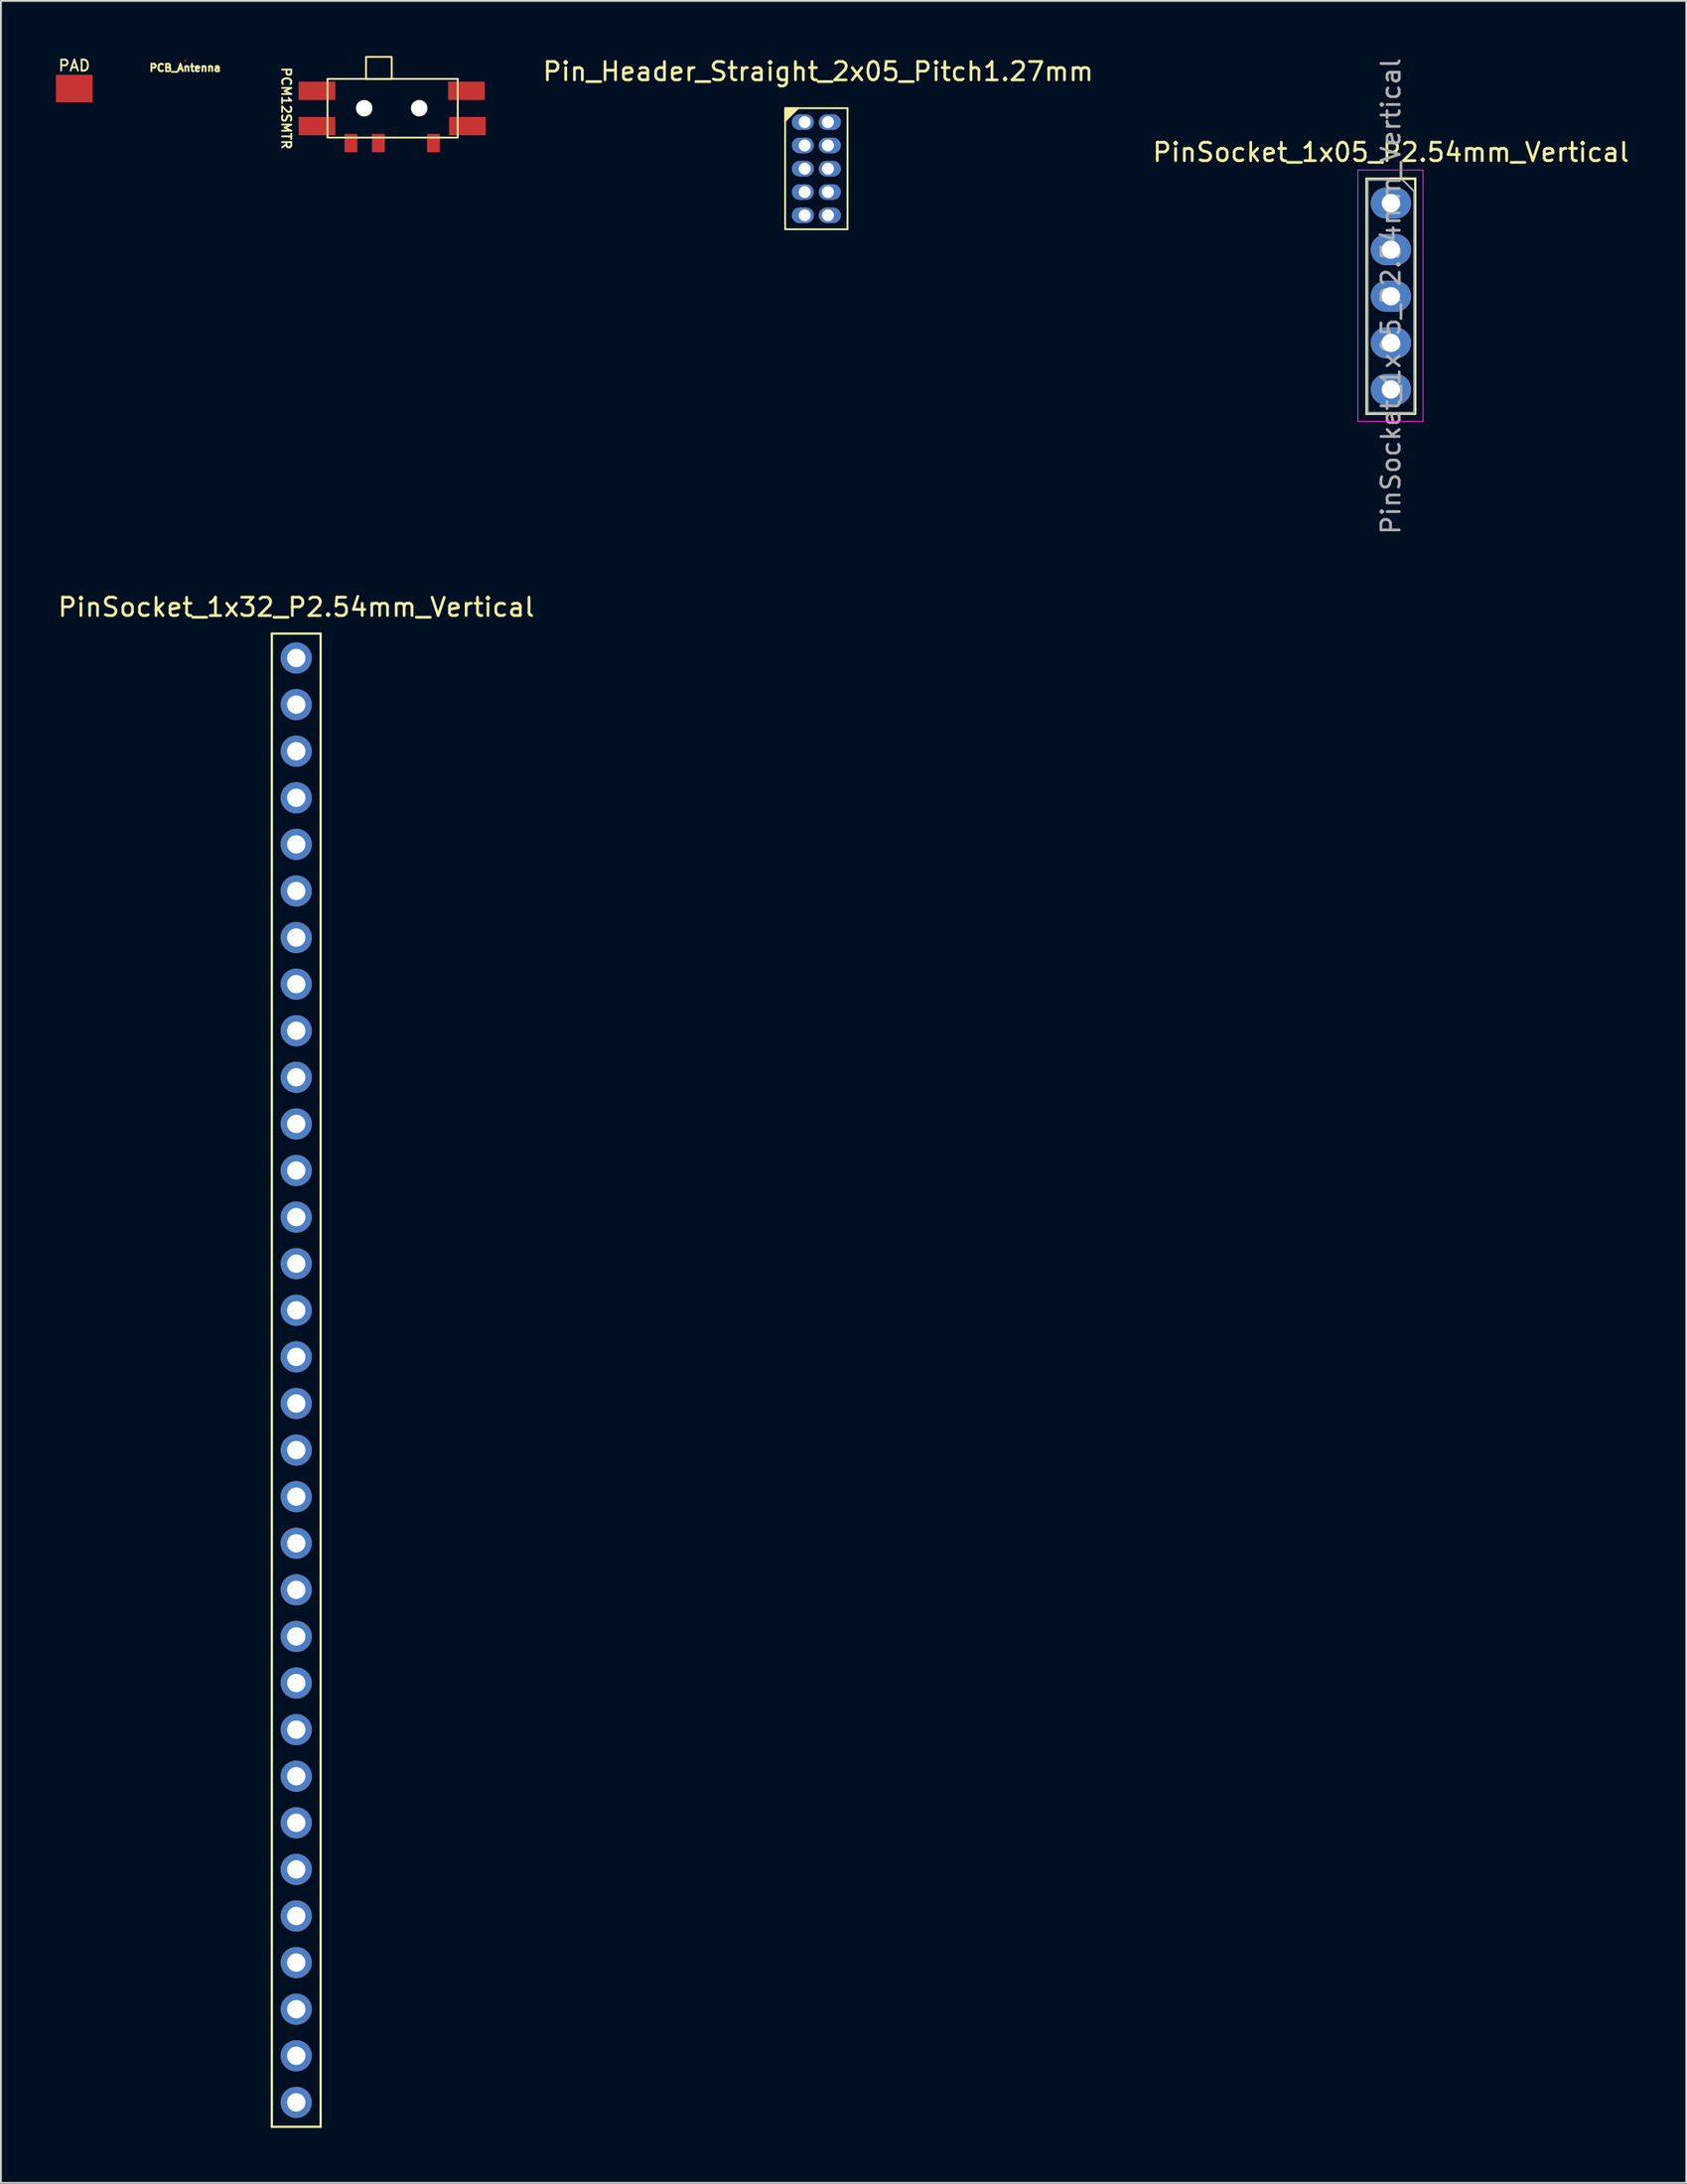
<source format=kicad_pcb>
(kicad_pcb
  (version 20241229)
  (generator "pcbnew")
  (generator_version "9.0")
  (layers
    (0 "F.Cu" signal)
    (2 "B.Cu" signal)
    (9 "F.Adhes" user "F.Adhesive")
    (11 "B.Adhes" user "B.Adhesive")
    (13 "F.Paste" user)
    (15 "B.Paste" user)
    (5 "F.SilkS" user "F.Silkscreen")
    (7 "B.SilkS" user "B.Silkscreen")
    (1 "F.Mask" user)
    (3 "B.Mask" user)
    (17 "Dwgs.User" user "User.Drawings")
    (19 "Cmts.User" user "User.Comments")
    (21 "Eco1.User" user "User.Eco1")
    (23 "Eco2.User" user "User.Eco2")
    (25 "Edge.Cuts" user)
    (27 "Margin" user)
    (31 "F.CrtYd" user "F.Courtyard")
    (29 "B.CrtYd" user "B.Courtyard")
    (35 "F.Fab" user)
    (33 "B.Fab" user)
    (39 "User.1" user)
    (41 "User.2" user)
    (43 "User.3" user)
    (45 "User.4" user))
  (footprint "PCM12SMTR"
    (layer "F.Cu")
    (at 18.305 2.85)
    (property "Reference" "PCM12SMTR" (at -5.75 0 270) (unlocked yes) (layer "F.SilkS") (effects (font (size 0.5 0.5) (thickness 0.1))))
    (attr smd)
    (fp_rect (start -3.5 -1.6) (end 3.6 1.6) (stroke (width 0.1) (type solid)) (fill no) (layer "F.SilkS"))
    (fp_rect (start -1.4 -1.6) (end 0 -2.8) (stroke (width 0.1) (type solid)) (fill no) (layer "F.SilkS"))
    (pad "" np_thru_hole circle (at -1.5 0) (size 0.9 0.9) (drill 0.9) (layers "*.Cu" "*.Mask"))
    (pad "" np_thru_hole circle (at 1.5 0) (size 0.9 0.9) (drill 0.9) (layers "*.Cu" "*.Mask"))
    (pad "1" smd rect (at 2.275 1.9 180) (size 0.7 1) (layers "F.Cu" "F.Mask" "F.Paste"))
    (pad "2" smd rect (at -0.725 1.9 180) (size 0.7 1) (layers "F.Cu" "F.Mask" "F.Paste"))
    (pad "3" smd rect (at -2.225 1.9 180) (size 0.7 1) (layers "F.Cu" "F.Mask" "F.Paste"))
    (pad "SH" smd rect (at -4.075 -0.95 270) (size 1 2) (layers "F.Cu" "F.Mask" "F.Paste"))
    (pad "SH" smd rect (at -4.075 0.975 270) (size 1 2) (layers "F.Cu" "F.Mask" "F.Paste"))
    (pad "SH" smd rect (at 4.075 -0.95 270) (size 1 2) (layers "F.Cu" "F.Mask" "F.Paste"))
    (pad "SH" smd rect (at 4.125 0.975 270) (size 1 2) (layers "F.Cu" "F.Mask" "F.Paste")))
  (footprint "PinSocket_1x05_P2.54mm_Vertical"
    (layer "F.Cu")
    (at 72.781 8.021)
    (property "Reference" "PinSocket_1x05_P2.54mm_Vertical" (at 0 -2.77 0) (layer "F.SilkS") (effects (font (size 1 1) (thickness 0.15))))
    (attr through_hole)
    (fp_line (start -1.33 -1.33) (end -1.33 11.49) (stroke (width 0.12) (type solid)) (layer "F.SilkS"))
    (fp_line (start -1.33 -1.33) (end 1.33 -1.33) (stroke (width 0.12) (type solid)) (layer "F.SilkS"))
    (fp_line (start -1.33 11.49) (end 1.33 11.49) (stroke (width 0.12) (type solid)) (layer "F.SilkS"))
    (fp_line (start 0 -1.33) (end 1.33 -1.33) (stroke (width 0.12) (type solid)) (layer "F.SilkS"))
    (fp_line (start 1.33 -1.33) (end 1.33 0) (stroke (width 0.12) (type solid)) (layer "F.SilkS"))
    (fp_line (start 1.33 -1.33) (end 1.33 11.49) (stroke (width 0.12) (type solid)) (layer "F.SilkS"))
    (fp_line (start -1.8 -1.8) (end 1.75 -1.8) (stroke (width 0.05) (type solid)) (layer "F.CrtYd"))
    (fp_line (start -1.8 11.9) (end -1.8 -1.8) (stroke (width 0.05) (type solid)) (layer "F.CrtYd"))
    (fp_line (start 1.75 -1.8) (end 1.75 11.9) (stroke (width 0.05) (type solid)) (layer "F.CrtYd"))
    (fp_line (start 1.75 11.9) (end -1.8 11.9) (stroke (width 0.05) (type solid)) (layer "F.CrtYd"))
    (fp_line (start -1.27 -1.27) (end 0.635 -1.27) (stroke (width 0.1) (type solid)) (layer "F.Fab"))
    (fp_line (start -1.27 11.43) (end -1.27 -1.27) (stroke (width 0.1) (type solid)) (layer "F.Fab"))
    (fp_line (start 0.635 -1.27) (end 1.27 -0.635) (stroke (width 0.1) (type solid)) (layer "F.Fab"))
    (fp_line (start 1.27 -0.635) (end 1.27 11.43) (stroke (width 0.1) (type solid)) (layer "F.Fab"))
    (fp_line (start 1.27 11.43) (end -1.27 11.43) (stroke (width 0.1) (type solid)) (layer "F.Fab"))
    (fp_text user "${REFERENCE}" (at 0 5.08 90) (layer "F.Fab") (effects (font (size 1 1) (thickness 0.15))))
    (pad "1" thru_hole oval (at 0 0) (size 2.2 1.7) (drill 1) (layers "*.Cu" "*.Mask"))
    (pad "2" thru_hole oval (at 0 2.54) (size 2.2 1.7) (drill 1) (layers "*.Cu" "*.Mask"))
    (pad "3" thru_hole oval (at 0 5.08) (size 2.2 1.7) (drill 1) (layers "*.Cu" "*.Mask"))
    (pad "4" thru_hole oval (at 0 7.62) (size 2.2 1.7) (drill 1) (layers "*.Cu" "*.Mask"))
    (pad "5" thru_hole oval (at 0 10.16) (size 2.2 1.7) (drill 1) (layers "*.Cu" "*.Mask")))
  (footprint "PinSocket_1x32_P2.54mm_Vertical"
    (layer "F.Cu")
    (at 13.101 72.191)
    (property "Reference" "PinSocket_1x32_P2.54mm_Vertical" (at 0 -42.14 180) (layer "F.SilkS") (effects (font (size 1 1) (thickness 0.15))))
    (attr through_hole)
    (fp_line (start -1.33 -40.7) (end -1.33 40.7) (stroke (width 0.12) (type solid)) (layer "F.SilkS"))
    (fp_line (start -1.33 -40.7) (end 1.33 -40.7) (stroke (width 0.12) (type solid)) (layer "F.SilkS"))
    (fp_line (start -1.33 40.7) (end 1.33 40.7) (stroke (width 0.12) (type solid)) (layer "F.SilkS"))
    (fp_line (start 1.33 -40.7) (end 1.33 40.7) (stroke (width 0.12) (type solid)) (layer "F.SilkS"))
    (pad "1" thru_hole circle (at 0 -39.37) (size 1.7 1.7) (drill 1) (layers "*.Cu" "*.Mask"))
    (pad "2" thru_hole oval (at 0 -36.83) (size 1.7 1.7) (drill 1) (layers "*.Cu" "*.Mask"))
    (pad "3" thru_hole oval (at 0 -34.29) (size 1.7 1.7) (drill 1) (layers "*.Cu" "*.Mask"))
    (pad "4" thru_hole oval (at 0 -31.75) (size 1.7 1.7) (drill 1) (layers "*.Cu" "*.Mask"))
    (pad "5" thru_hole oval (at 0 -29.21) (size 1.7 1.7) (drill 1) (layers "*.Cu" "*.Mask"))
    (pad "6" thru_hole oval (at 0 -26.67) (size 1.7 1.7) (drill 1) (layers "*.Cu" "*.Mask"))
    (pad "7" thru_hole oval (at 0 -24.13) (size 1.7 1.7) (drill 1) (layers "*.Cu" "*.Mask"))
    (pad "8" thru_hole oval (at 0 -21.59) (size 1.7 1.7) (drill 1) (layers "*.Cu" "*.Mask"))
    (pad "9" thru_hole oval (at 0 -19.05) (size 1.7 1.7) (drill 1) (layers "*.Cu" "*.Mask"))
    (pad "10" thru_hole oval (at 0 -16.51) (size 1.7 1.7) (drill 1) (layers "*.Cu" "*.Mask"))
    (pad "11" thru_hole oval (at 0 -13.97) (size 1.7 1.7) (drill 1) (layers "*.Cu" "*.Mask"))
    (pad "12" thru_hole oval (at 0 -11.43) (size 1.7 1.7) (drill 1) (layers "*.Cu" "*.Mask"))
    (pad "13" thru_hole oval (at 0 -8.89) (size 1.7 1.7) (drill 1) (layers "*.Cu" "*.Mask"))
    (pad "14" thru_hole oval (at 0 -6.35) (size 1.7 1.7) (drill 1) (layers "*.Cu" "*.Mask"))
    (pad "15" thru_hole oval (at 0 -3.81) (size 1.7 1.7) (drill 1) (layers "*.Cu" "*.Mask"))
    (pad "16" thru_hole oval (at 0 -1.27) (size 1.7 1.7) (drill 1) (layers "*.Cu" "*.Mask"))
    (pad "17" thru_hole oval (at 0 1.27) (size 1.7 1.7) (drill 1) (layers "*.Cu" "*.Mask"))
    (pad "18" thru_hole oval (at 0 3.81) (size 1.7 1.7) (drill 1) (layers "*.Cu" "*.Mask"))
    (pad "19" thru_hole oval (at 0 6.35) (size 1.7 1.7) (drill 1) (layers "*.Cu" "*.Mask"))
    (pad "20" thru_hole oval (at 0 8.89) (size 1.7 1.7) (drill 1) (layers "*.Cu" "*.Mask"))
    (pad "21" thru_hole oval (at 0 11.43) (size 1.7 1.7) (drill 1) (layers "*.Cu" "*.Mask"))
    (pad "22" thru_hole oval (at 0 13.97) (size 1.7 1.7) (drill 1) (layers "*.Cu" "*.Mask"))
    (pad "23" thru_hole oval (at 0 16.51) (size 1.7 1.7) (drill 1) (layers "*.Cu" "*.Mask"))
    (pad "24" thru_hole oval (at 0 19.05) (size 1.7 1.7) (drill 1) (layers "*.Cu" "*.Mask"))
    (pad "25" thru_hole oval (at 0 21.59) (size 1.7 1.7) (drill 1) (layers "*.Cu" "*.Mask"))
    (pad "26" thru_hole oval (at 0 24.13) (size 1.7 1.7) (drill 1) (layers "*.Cu" "*.Mask"))
    (pad "27" thru_hole oval (at 0 26.67) (size 1.7 1.7) (drill 1) (layers "*.Cu" "*.Mask"))
    (pad "28" thru_hole oval (at 0 29.21) (size 1.7 1.7) (drill 1) (layers "*.Cu" "*.Mask"))
    (pad "29" thru_hole oval (at 0 31.75) (size 1.7 1.7) (drill 1) (layers "*.Cu" "*.Mask"))
    (pad "30" thru_hole oval (at 0 34.29) (size 1.7 1.7) (drill 1) (layers "*.Cu" "*.Mask"))
    (pad "31" thru_hole oval (at 0 36.83) (size 1.7 1.7) (drill 1) (layers "*.Cu" "*.Mask"))
    (pad "32" thru_hole oval (at 0 39.37) (size 1.7 1.7) (drill 1) (layers "*.Cu" "*.Mask")))
  (footprint "PAD"
    (layer "F.Cu")
    (at 1 1.776)
    (property "Reference" "PAD" (at 0 -1.25 0) (unlocked yes) (layer "F.SilkS") (effects (font (size 0.6 0.6) (thickness 0.1))))
    (attr exclude_from_pos_files exclude_from_bom)
    (pad "1" smd rect (at 0 0) (size 2 1.5) (layers "F.Cu" "F.Mask")))
  (footprint "PCB_Antenna"
    (layer "F.Cu")
    (at 7.043 0.25)
    (property "Reference" "PCB_Antenna" (at 0 0.4 180) (layer "F.SilkS") (effects (font (size 0.4 0.4) (thickness 0.1))))
    (attr through_hole)
    (pad "1" smd circle (at 0 0) (size 0.1 0.1) (layers "F.Cu")))
  (footprint "Pin_Header_Straight_2x05_Pitch1.27mm"
    (layer "F.Cu")
    (at 41.455 6.148)
    (property "Reference" "Pin_Header_Straight_2x05_Pitch1.27mm" (at 0.1 -5.3 0) (layer "F.SilkS") (effects (font (size 1 1) (thickness 0.15))))
    (attr through_hole)
    (fp_line (start -1.7 -3.3) (end -1.7 3.3) (stroke (width 0.1) (type solid)) (layer "F.SilkS"))
    (fp_line (start -1.7 -3.2) (end -1.6 -3.3) (stroke (width 0.1) (type solid)) (layer "F.SilkS"))
    (fp_line (start -1.7 -3.1) (end -1.5 -3.3) (stroke (width 0.1) (type solid)) (layer "F.SilkS"))
    (fp_line (start -1.7 -3) (end -1.4 -3.3) (stroke (width 0.1) (type solid)) (layer "F.SilkS"))
    (fp_line (start -1.7 -2.9) (end -1.3 -3.3) (stroke (width 0.1) (type solid)) (layer "F.SilkS"))
    (fp_line (start -1.7 -2.8) (end -1.2 -3.3) (stroke (width 0.1) (type solid)) (layer "F.SilkS"))
    (fp_line (start -1.7 -2.7) (end -1.1 -3.3) (stroke (width 0.1) (type solid)) (layer "F.SilkS"))
    (fp_line (start -1.7 -2.6) (end -1 -3.3) (stroke (width 0.1) (type solid)) (layer "F.SilkS"))
    (fp_line (start 1.7 -3.3) (end -1.7 -3.3) (stroke (width 0.1) (type solid)) (layer "F.SilkS"))
    (fp_line (start 1.7 3.3) (end -1.7 3.3) (stroke (width 0.1) (type solid)) (layer "F.SilkS"))
    (fp_line (start 1.7 3.3) (end 1.7 -3.3) (stroke (width 0.1) (type solid)) (layer "F.SilkS"))
    (pad "1" thru_hole oval (at -0.635 -2.54 180) (size 1.2 0.85) (drill 0.65 (offset 0.1 0)) (layers "*.Cu" "*.Mask"))
    (pad "2" thru_hole oval (at 0.635 -2.54) (size 1.2 0.85) (drill 0.65 (offset 0.1 0)) (layers "*.Cu" "*.Mask"))
    (pad "3" thru_hole oval (at -0.635 -1.27 180) (size 1.2 0.85) (drill 0.65 (offset 0.1 0)) (layers "*.Cu" "*.Mask"))
    (pad "4" thru_hole oval (at 0.635 -1.27) (size 1.2 0.85) (drill 0.65 (offset 0.1 0)) (layers "*.Cu" "*.Mask"))
    (pad "5" thru_hole oval (at -0.635 0 180) (size 1.2 0.85) (drill 0.65 (offset 0.1 0)) (layers "*.Cu" "*.Mask"))
    (pad "6" thru_hole oval (at 0.635 0) (size 1.2 0.85) (drill 0.65 (offset 0.1 0)) (layers "*.Cu" "*.Mask"))
    (pad "7" thru_hole oval (at -0.635 1.27 180) (size 1.2 0.85) (drill 0.65 (offset 0.1 0)) (layers "*.Cu" "*.Mask"))
    (pad "8" thru_hole oval (at 0.635 1.27) (size 1.2 0.85) (drill 0.65 (offset 0.1 0)) (layers "*.Cu" "*.Mask"))
    (pad "9" thru_hole oval (at -0.635 2.54 180) (size 1.2 0.85) (drill 0.65 (offset 0.1 0)) (layers "*.Cu" "*.Mask"))
    (pad "10" thru_hole oval (at 0.635 2.54) (size 1.2 0.85) (drill 0.65 (offset 0.1 0)) (layers "*.Cu" "*.Mask")))
  (gr_rect
    (start -3 -3)
    (end 88.882 115.951)
    (stroke (width 0.1) (type default))
    (fill no)
    (layer "Edge.Cuts")))
</source>
